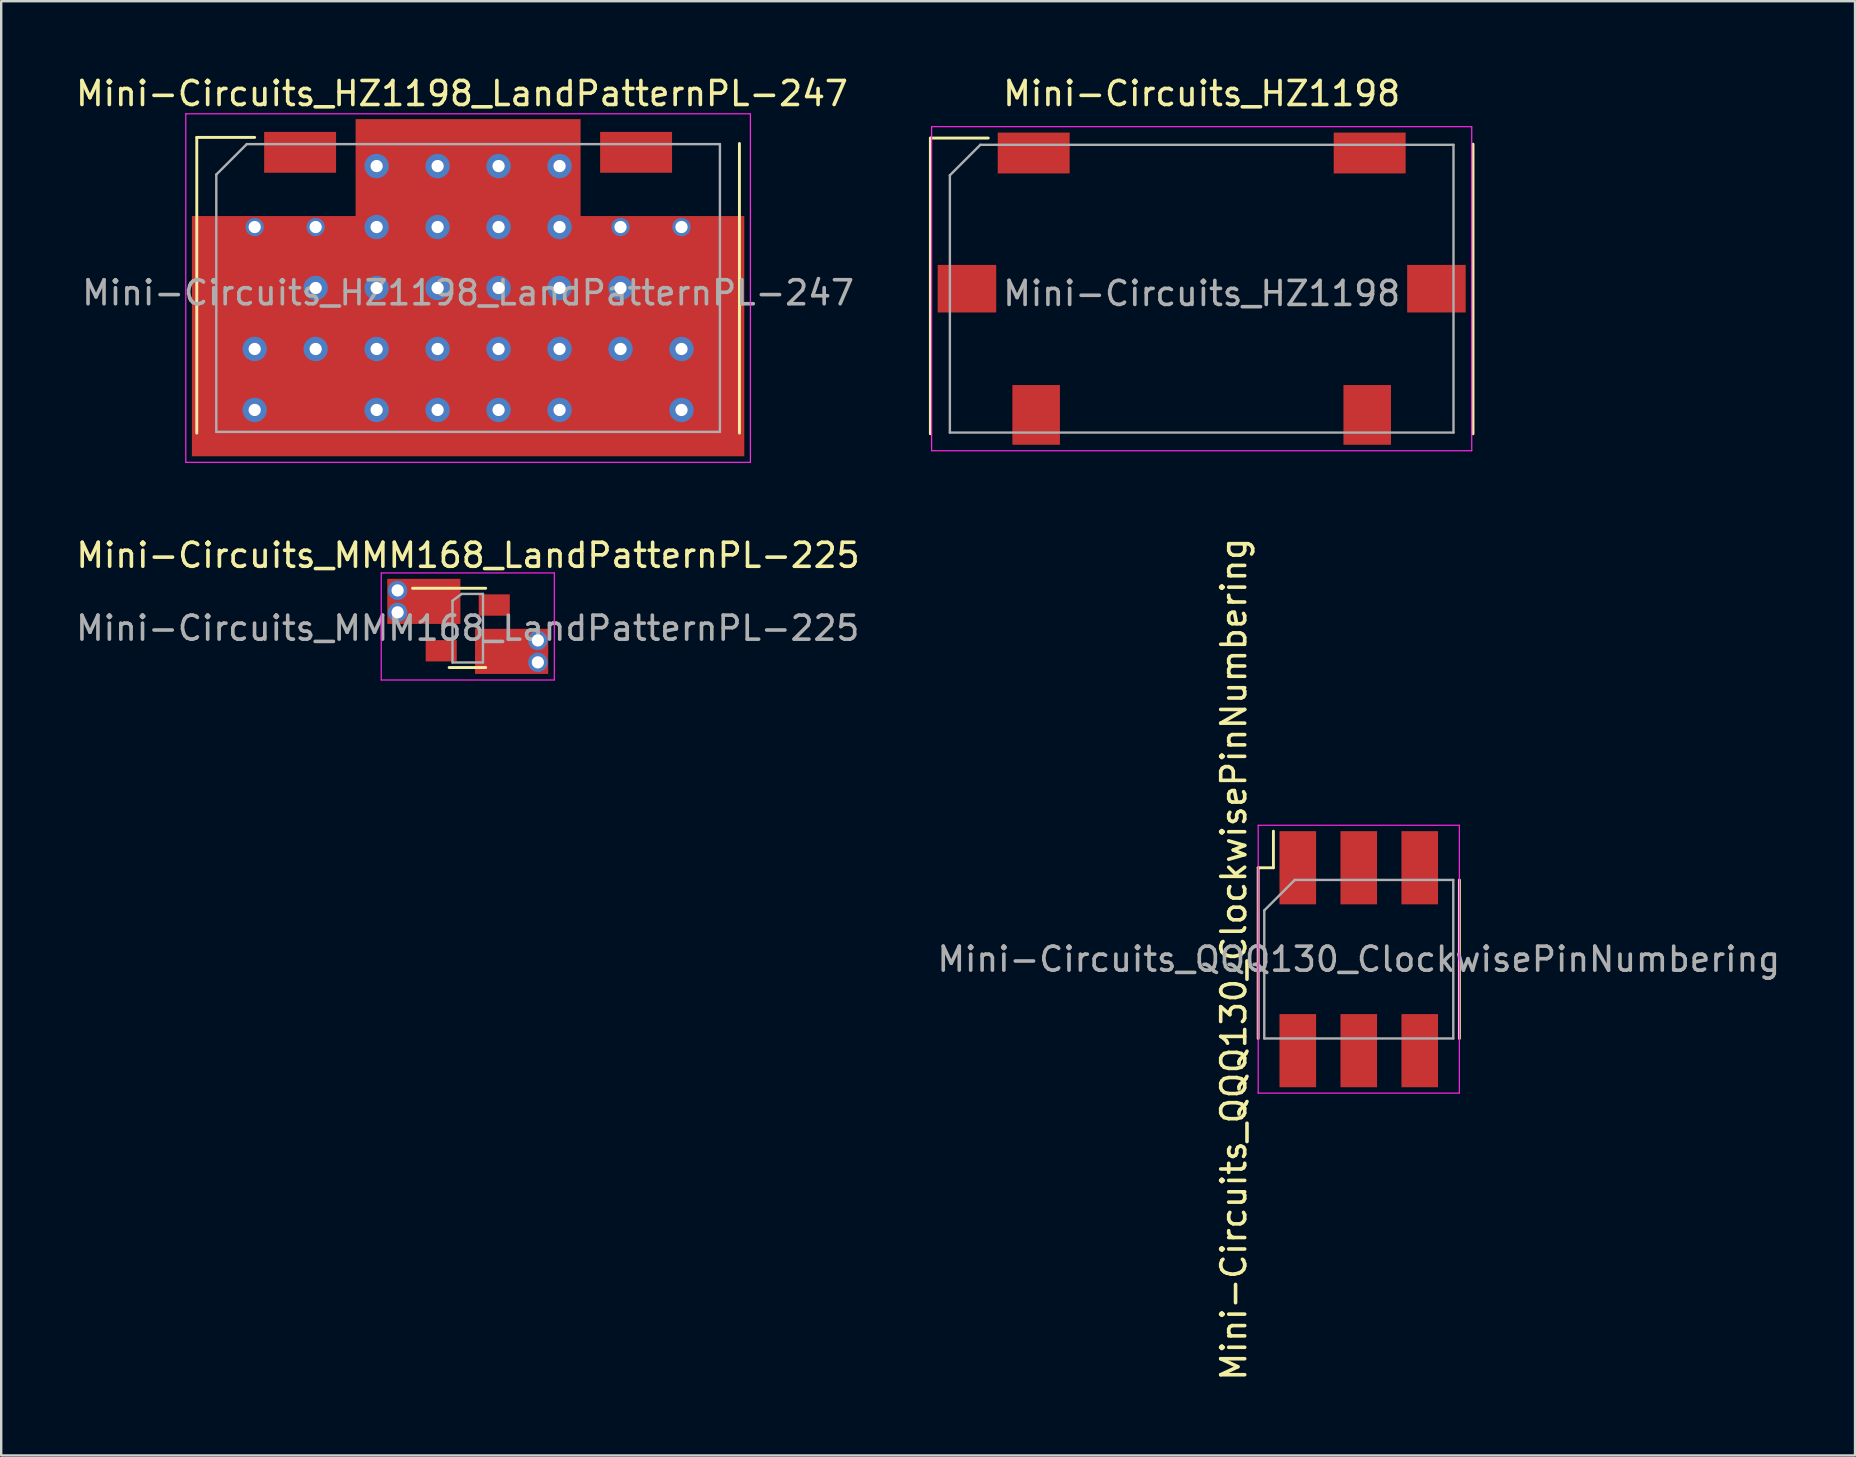
<source format=kicad_pcb>
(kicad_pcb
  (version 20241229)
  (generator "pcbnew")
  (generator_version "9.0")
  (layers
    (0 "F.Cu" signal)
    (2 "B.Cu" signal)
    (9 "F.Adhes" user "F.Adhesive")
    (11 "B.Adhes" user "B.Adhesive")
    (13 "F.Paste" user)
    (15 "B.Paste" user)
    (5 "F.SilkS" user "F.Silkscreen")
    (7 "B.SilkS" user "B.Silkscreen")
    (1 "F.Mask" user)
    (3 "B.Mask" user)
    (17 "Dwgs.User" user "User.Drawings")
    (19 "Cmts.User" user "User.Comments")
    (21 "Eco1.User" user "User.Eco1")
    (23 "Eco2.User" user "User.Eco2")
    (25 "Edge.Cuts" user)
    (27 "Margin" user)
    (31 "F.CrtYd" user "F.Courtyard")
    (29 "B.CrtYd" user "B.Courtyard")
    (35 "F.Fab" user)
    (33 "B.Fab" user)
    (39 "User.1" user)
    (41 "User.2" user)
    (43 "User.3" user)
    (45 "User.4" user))
  (footprint "Mini-Circuits_QQQ130_ClockwisePinNumbering"
    (layer "F.Cu")
    (at 53.554 36.909)
    (property "Reference" "Mini-Circuits_QQQ130_ClockwisePinNumbering" (at -5.207 0 90) (layer "F.SilkS") (effects (font (size 1 1) (thickness 0.15))))
    (attr smd)
    (fp_line (start -4.191 -3.81) (end -4.191 3.302) (stroke (width 0.12) (type solid)) (layer "F.SilkS"))
    (fp_line (start -3.556 -3.81) (end -4.191 -3.81) (stroke (width 0.12) (type solid)) (layer "F.SilkS"))
    (fp_line (start -3.556 -3.81) (end -3.556 -5.334) (stroke (width 0.12) (type solid)) (layer "F.SilkS"))
    (fp_line (start 4.191 -3.302) (end 4.191 3.302) (stroke (width 0.12) (type solid)) (layer "F.SilkS"))
    (fp_line (start -4.19 5.58) (end -4.19 -5.58) (stroke (width 0.05) (type solid)) (layer "F.CrtYd"))
    (fp_line (start -4.19 5.58) (end 4.19 5.58) (stroke (width 0.05) (type solid)) (layer "F.CrtYd"))
    (fp_line (start 4.19 -5.58) (end -4.19 -5.58) (stroke (width 0.05) (type solid)) (layer "F.CrtYd"))
    (fp_line (start 4.19 -5.58) (end 4.19 5.58) (stroke (width 0.05) (type solid)) (layer "F.CrtYd"))
    (fp_line (start -3.937 3.302) (end -3.937 -2.032) (stroke (width 0.1) (type solid)) (layer "F.Fab"))
    (fp_line (start -3.937 3.302) (end 3.937 3.302) (stroke (width 0.1) (type solid)) (layer "F.Fab"))
    (fp_line (start -2.667 -3.302) (end -3.937 -2.032) (stroke (width 0.1) (type solid)) (layer "F.Fab"))
    (fp_line (start 3.937 -3.302) (end -2.667 -3.302) (stroke (width 0.1) (type solid)) (layer "F.Fab"))
    (fp_line (start 3.937 -3.302) (end 3.937 3.302) (stroke (width 0.1) (type solid)) (layer "F.Fab"))
    (fp_text user "${REFERENCE}" (at 0 0 180) (layer "F.Fab") (effects (font (size 1 1) (thickness 0.15))))
    (pad "1" smd rect (at -2.54 -3.81) (size 1.524 3.048) (layers "F.Cu" "F.Mask" "F.Paste"))
    (pad "2" smd rect (at 0 -3.81) (size 1.524 3.048) (layers "F.Cu" "F.Mask" "F.Paste"))
    (pad "3" smd rect (at 2.54 -3.81) (size 1.524 3.048) (layers "F.Cu" "F.Mask" "F.Paste"))
    (pad "4" smd rect (at 2.54 3.81) (size 1.524 3.048) (layers "F.Cu" "F.Mask" "F.Paste"))
    (pad "5" smd rect (at 0 3.81) (size 1.524 3.048) (layers "F.Cu" "F.Mask" "F.Paste"))
    (pad "6" smd rect (at -2.54 3.81) (size 1.524 3.048) (layers "F.Cu" "F.Mask" "F.Paste")))
  (footprint "Mini-Circuits_HZ1198"
    (layer "F.Cu")
    (at 47.01 8.976)
    (property "Reference" "Mini-Circuits_HZ1198" (at 0 -8.128 0) (layer "F.SilkS") (effects (font (size 1 1) (thickness 0.15))))
    (attr smd)
    (fp_line (start -11.303 -6.274) (end -11.303 6.045) (stroke (width 0.12) (type solid)) (layer "F.SilkS"))
    (fp_line (start -8.89 -6.274) (end -11.303 -6.274) (stroke (width 0.12) (type solid)) (layer "F.SilkS"))
    (fp_line (start 11.303 -6.02) (end 11.303 6.045) (stroke (width 0.12) (type solid)) (layer "F.SilkS"))
    (fp_line (start -11.25 -6.75) (end -11.25 6.75) (stroke (width 0.05) (type solid)) (layer "F.CrtYd"))
    (fp_line (start -11.25 -6.75) (end 11.25 -6.75) (stroke (width 0.05) (type solid)) (layer "F.CrtYd"))
    (fp_line (start 11.25 6.75) (end -11.25 6.75) (stroke (width 0.05) (type solid)) (layer "F.CrtYd"))
    (fp_line (start 11.25 6.75) (end 11.25 -6.75) (stroke (width 0.05) (type solid)) (layer "F.CrtYd"))
    (fp_line (start -10.49 -4.724) (end -9.22 -5.994) (stroke (width 0.1) (type solid)) (layer "F.Fab"))
    (fp_line (start -10.49 5.994) (end -10.49 -4.724) (stroke (width 0.1) (type solid)) (layer "F.Fab"))
    (fp_line (start -9.22 -5.994) (end 10.49 -5.994) (stroke (width 0.1) (type solid)) (layer "F.Fab"))
    (fp_line (start 10.49 -5.994) (end 10.49 5.994) (stroke (width 0.1) (type solid)) (layer "F.Fab"))
    (fp_line (start 10.49 5.994) (end -10.49 5.994) (stroke (width 0.1) (type solid)) (layer "F.Fab"))
    (fp_text user "${REFERENCE}" (at 0 0.2 0) (layer "F.Fab") (effects (font (size 1 1) (thickness 0.15))))
    (pad "1" smd rect (at -6.998 -5.652) (size 2.997 1.702) (layers "F.Cu" "F.Mask" "F.Paste"))
    (pad "2" smd rect (at 6.998 -5.652) (size 2.997 1.702) (layers "F.Cu" "F.Mask" "F.Paste"))
    (pad "3" smd rect (at 9.779 0) (size 2.438 1.981) (layers "F.Cu" "F.Mask" "F.Paste"))
    (pad "4" smd rect (at 6.896 5.258) (size 1.981 2.489) (layers "F.Cu" "F.Mask" "F.Paste"))
    (pad "5" smd rect (at -6.896 5.258) (size 1.981 2.489) (layers "F.Cu" "F.Mask" "F.Paste"))
    (pad "6" smd rect (at -9.779 0) (size 2.438 1.981) (layers "F.Cu" "F.Mask" "F.Paste")))
  (footprint "Mini-Circuits_MMM168_LandPatternPL-225"
    (layer "F.Cu")
    (at 16.422 23.107)
    (property "Reference" "Mini-Circuits_MMM168_LandPatternPL-225" (at 0.025 -3.023 0) (layer "F.SilkS") (effects (font (size 1 1) (thickness 0.15))))
    (attr smd)
    (fp_line (start 0.762 -1.651) (end -2.286 -1.651) (stroke (width 0.12) (type solid)) (layer "F.SilkS"))
    (fp_line (start 0.762 1.651) (end -0.762 1.651) (stroke (width 0.12) (type solid)) (layer "F.SilkS"))
    (fp_line (start -3.59 -2.29) (end -3.59 2.17) (stroke (width 0.05) (type solid)) (layer "F.CrtYd"))
    (fp_line (start -3.59 -2.29) (end 3.62 -2.29) (stroke (width 0.05) (type solid)) (layer "F.CrtYd"))
    (fp_line (start 3.62 2.17) (end -3.59 2.17) (stroke (width 0.05) (type solid)) (layer "F.CrtYd"))
    (fp_line (start 3.62 2.17) (end 3.62 -2.29) (stroke (width 0.05) (type solid)) (layer "F.CrtYd"))
    (fp_line (start -0.622 -1.13) (end -0.241 -1.416) (stroke (width 0.1) (type solid)) (layer "F.Fab"))
    (fp_line (start -0.622 1.441) (end -0.622 -1.13) (stroke (width 0.1) (type solid)) (layer "F.Fab"))
    (fp_line (start -0.241 -1.416) (end 0.648 -1.416) (stroke (width 0.1) (type solid)) (layer "F.Fab"))
    (fp_line (start 0.648 -1.416) (end 0.648 1.441) (stroke (width 0.1) (type solid)) (layer "F.Fab"))
    (fp_line (start 0.648 1.441) (end -0.622 1.441) (stroke (width 0.1) (type solid)) (layer "F.Fab"))
    (fp_text user "${REFERENCE}" (at 0.013 0.013 0) (layer "F.Fab") (effects (font (size 1 1) (thickness 0.15))))
    (pad "1" thru_hole circle (at -2.908 -1.562) (size 0.808 0.808) (drill 0.508) (layers "*.Cu"))
    (pad "1" thru_hole circle (at -2.908 -0.648) (size 0.808 0.808) (drill 0.508) (layers "*.Cu"))
    (pad "1" smd rect (at -1.816 -1.105 90) (size 1.88 3.048) (layers "F.Cu"))
    (pad "1" smd rect (at -1.092 -0.953 90) (size 0.889 1.295) (layers "F.Cu" "F.Mask" "F.Paste"))
    (pad "2" smd rect (at 1.118 -0.953 90) (size 0.889 1.295) (layers "F.Cu" "F.Mask" "F.Paste"))
    (pad "3" smd rect (at 1.118 0.749 90) (size 1.194 1.295) (layers "F.Cu" "F.Mask" "F.Paste"))
    (pad "3" smd rect (at 1.841 0.978 90) (size 1.88 3.048) (layers "F.Cu"))
    (pad "3" thru_hole circle (at 2.934 0.521) (size 0.808 0.808) (drill 0.508) (layers "*.Cu"))
    (pad "3" thru_hole circle (at 2.934 1.435) (size 0.808 0.808) (drill 0.508) (layers "*.Cu"))
    (pad "4" smd rect (at -1.092 0.953 90) (size 0.889 1.295) (layers "F.Cu" "F.Mask" "F.Paste")))
  (footprint "Mini-Circuits_HZ1198_LandPatternPL-247"
    (layer "F.Cu")
    (at 16.45 9.151)
    (property "Reference" "Mini-Circuits_HZ1198_LandPatternPL-247" (at -0.254 -8.303 0) (layer "F.SilkS") (effects (font (size 1 1) (thickness 0.15))))
    (attr smd)
    (fp_line (start -11.303 -6.477) (end -11.303 5.842) (stroke (width 0.12) (type solid)) (layer "F.SilkS"))
    (fp_line (start -8.89 -6.477) (end -11.303 -6.477) (stroke (width 0.12) (type solid)) (layer "F.SilkS"))
    (fp_line (start 11.303 -6.223) (end 11.303 5.842) (stroke (width 0.12) (type solid)) (layer "F.SilkS"))
    (fp_line (start -11.76 -7.46) (end -11.76 7.06) (stroke (width 0.05) (type solid)) (layer "F.CrtYd"))
    (fp_line (start -11.76 -7.46) (end 11.76 -7.46) (stroke (width 0.05) (type solid)) (layer "F.CrtYd"))
    (fp_line (start 11.76 7.06) (end -11.76 7.06) (stroke (width 0.05) (type solid)) (layer "F.CrtYd"))
    (fp_line (start 11.76 7.06) (end 11.76 -7.46) (stroke (width 0.05) (type solid)) (layer "F.CrtYd"))
    (fp_line (start -10.49 -4.928) (end -9.22 -6.198) (stroke (width 0.1) (type solid)) (layer "F.Fab"))
    (fp_line (start -10.49 5.791) (end -10.49 -4.928) (stroke (width 0.1) (type solid)) (layer "F.Fab"))
    (fp_line (start -9.22 -6.198) (end 10.49 -6.198) (stroke (width 0.1) (type solid)) (layer "F.Fab"))
    (fp_line (start 10.49 -6.198) (end 10.49 5.791) (stroke (width 0.1) (type solid)) (layer "F.Fab"))
    (fp_line (start 10.49 5.791) (end -10.49 5.791) (stroke (width 0.1) (type solid)) (layer "F.Fab"))
    (fp_text user "${REFERENCE}" (at 0 -0.003 0) (layer "F.Fab") (effects (font (size 1 1) (thickness 0.15))))
    (pad "1" smd rect (at -6.998 -5.855) (size 2.997 1.702) (layers "F.Cu" "F.Mask" "F.Paste"))
    (pad "2" smd rect (at 6.998 -5.855) (size 2.997 1.702) (layers "F.Cu" "F.Mask" "F.Paste"))
    (pad "3" thru_hole circle (at -8.89 -2.743) (size 0.762 0.762) (drill 0.508) (layers "*.Cu"))
    (pad "3" thru_hole circle (at -8.89 2.337) (size 1.016 1.016) (drill 0.508) (layers "*.Cu"))
    (pad "3" thru_hole circle (at -8.89 4.877) (size 1.016 1.016) (drill 0.508) (layers "*.Cu"))
    (pad "3" thru_hole circle (at -6.35 -2.743) (size 0.762 0.762) (drill 0.508) (layers "*.Cu"))
    (pad "3" thru_hole circle (at -6.35 -0.203) (size 1.016 1.016) (drill 0.508) (layers "*.Cu"))
    (pad "3" thru_hole circle (at -6.35 2.337) (size 1.016 1.016) (drill 0.508) (layers "*.Cu"))
    (pad "3" thru_hole circle (at -3.81 -5.283) (size 1.016 1.016) (drill 0.508) (layers "*.Cu"))
    (pad "3" thru_hole circle (at -3.81 -2.743) (size 1.016 1.016) (drill 0.508) (layers "*.Cu"))
    (pad "3" thru_hole circle (at -3.81 -0.203) (size 1.016 1.016) (drill 0.508) (layers "*.Cu"))
    (pad "3" thru_hole circle (at -3.81 2.337) (size 1.016 1.016) (drill 0.508) (layers "*.Cu"))
    (pad "3" thru_hole circle (at -3.81 4.877) (size 1.016 1.016) (drill 0.508) (layers "*.Cu"))
    (pad "3" thru_hole circle (at -1.27 -5.283) (size 1.016 1.016) (drill 0.508) (layers "*.Cu"))
    (pad "3" thru_hole circle (at -1.27 -2.743) (size 1.016 1.016) (drill 0.508) (layers "*.Cu"))
    (pad "3" thru_hole circle (at -1.27 -0.203) (size 1.016 1.016) (drill 0.508) (layers "*.Cu"))
    (pad "3" thru_hole circle (at -1.27 2.337) (size 1.016 1.016) (drill 0.508) (layers "*.Cu"))
    (pad "3" thru_hole circle (at -1.27 4.877) (size 1.016 1.016) (drill 0.508) (layers "*.Cu"))
    (pad "3" smd rect (at 0 -5.207) (size 9.373 4.064) (layers "F.Cu"))
    (pad "3" smd rect (at 0 1.803) (size 23.012 10.008) (layers "F.Cu"))
    (pad "3" thru_hole circle (at 1.27 -5.283) (size 1.016 1.016) (drill 0.508) (layers "*.Cu"))
    (pad "3" thru_hole circle (at 1.27 -2.743) (size 1.016 1.016) (drill 0.508) (layers "*.Cu"))
    (pad "3" thru_hole circle (at 1.27 -0.203) (size 1.016 1.016) (drill 0.508) (layers "*.Cu"))
    (pad "3" thru_hole circle (at 1.27 2.337) (size 1.016 1.016) (drill 0.508) (layers "*.Cu"))
    (pad "3" thru_hole circle (at 1.27 4.877) (size 1.016 1.016) (drill 0.508) (layers "*.Cu"))
    (pad "3" thru_hole circle (at 3.81 -5.283) (size 1.016 1.016) (drill 0.508) (layers "*.Cu"))
    (pad "3" thru_hole circle (at 3.81 -2.743) (size 1.016 1.016) (drill 0.508) (layers "*.Cu"))
    (pad "3" thru_hole circle (at 3.81 -0.203) (size 1.016 1.016) (drill 0.508) (layers "*.Cu"))
    (pad "3" thru_hole circle (at 3.81 2.337) (size 1.016 1.016) (drill 0.508) (layers "*.Cu"))
    (pad "3" thru_hole circle (at 3.81 4.877) (size 1.016 1.016) (drill 0.508) (layers "*.Cu"))
    (pad "3" thru_hole circle (at 6.35 -2.743) (size 0.762 0.762) (drill 0.508) (layers "*.Cu"))
    (pad "3" thru_hole circle (at 6.35 -0.203) (size 1.016 1.016) (drill 0.508) (layers "*.Cu"))
    (pad "3" thru_hole circle (at 6.35 2.337) (size 1.016 1.016) (drill 0.508) (layers "*.Cu"))
    (pad "3" thru_hole circle (at 8.89 -2.743) (size 0.762 0.762) (drill 0.508) (layers "*.Cu"))
    (pad "3" thru_hole circle (at 8.89 2.337) (size 1.016 1.016) (drill 0.508) (layers "*.Cu"))
    (pad "3" thru_hole circle (at 8.89 4.877) (size 1.016 1.016) (drill 0.508) (layers "*.Cu"))
    (pad "3" smd rect (at 9.779 -0.203) (size 2.438 1.981) (layers "F.Cu" "F.Mask" "F.Paste"))
    (pad "4" smd rect (at 6.896 5.055) (size 1.981 2.489) (layers "F.Cu" "F.Mask" "F.Paste"))
    (pad "5" smd rect (at -6.896 5.055) (size 1.981 2.489) (layers "F.Cu" "F.Mask" "F.Paste"))
    (pad "6" smd rect (at -9.779 -0.203) (size 2.438 1.981) (layers "F.Cu" "F.Mask" "F.Paste")))
  (gr_rect
    (start -3 -3)
    (end 74.227 57.582)
    (stroke (width 0.1) (type default))
    (fill no)
    (layer "Edge.Cuts")))
</source>
